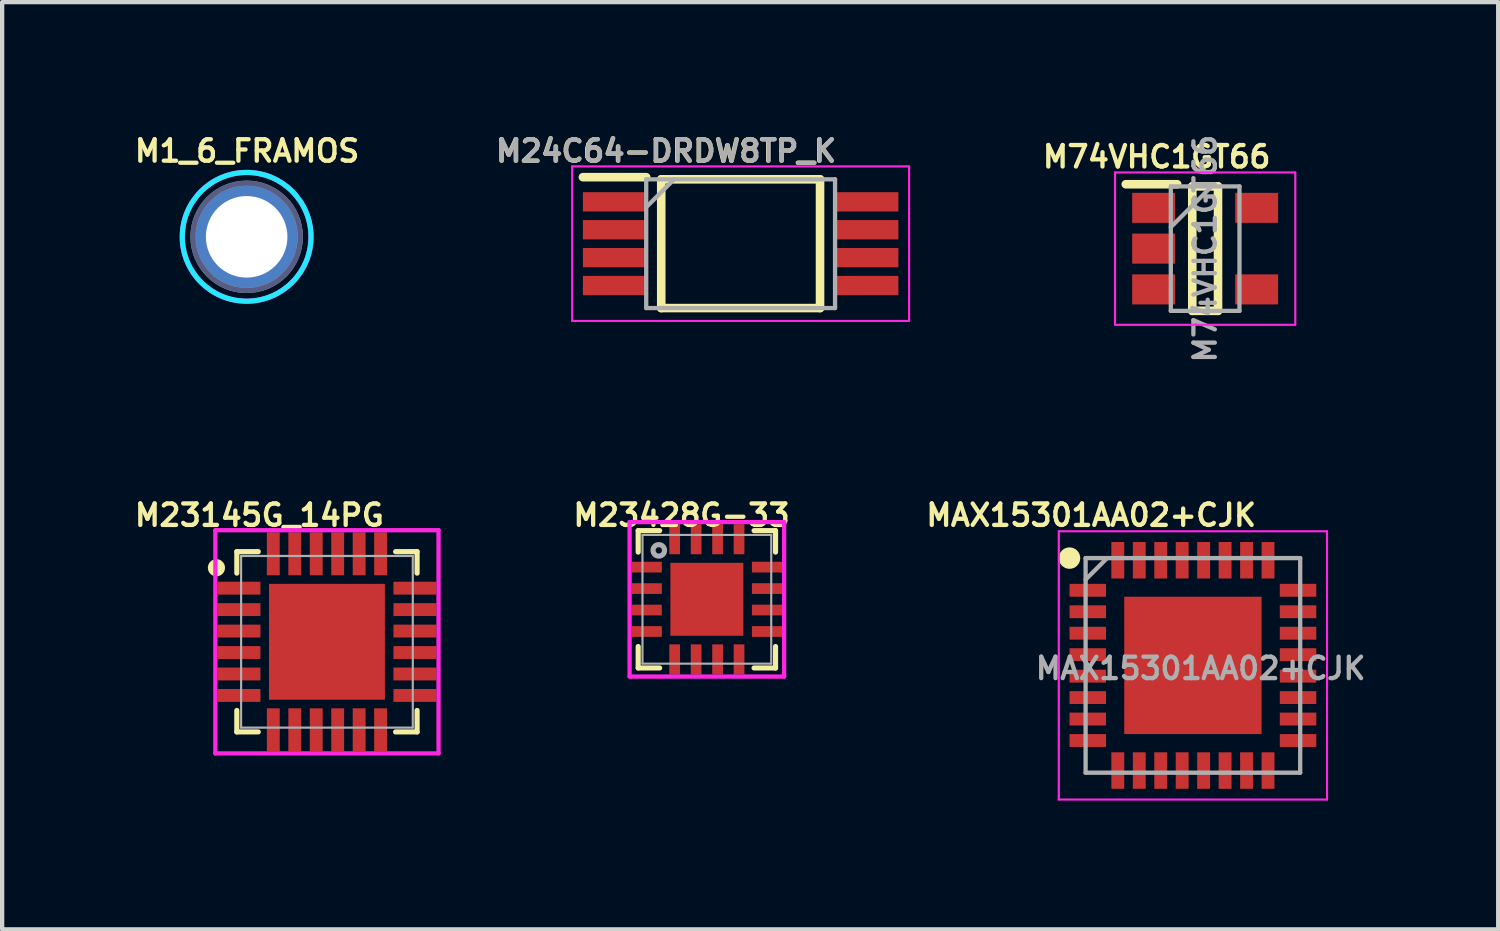
<source format=kicad_pcb>
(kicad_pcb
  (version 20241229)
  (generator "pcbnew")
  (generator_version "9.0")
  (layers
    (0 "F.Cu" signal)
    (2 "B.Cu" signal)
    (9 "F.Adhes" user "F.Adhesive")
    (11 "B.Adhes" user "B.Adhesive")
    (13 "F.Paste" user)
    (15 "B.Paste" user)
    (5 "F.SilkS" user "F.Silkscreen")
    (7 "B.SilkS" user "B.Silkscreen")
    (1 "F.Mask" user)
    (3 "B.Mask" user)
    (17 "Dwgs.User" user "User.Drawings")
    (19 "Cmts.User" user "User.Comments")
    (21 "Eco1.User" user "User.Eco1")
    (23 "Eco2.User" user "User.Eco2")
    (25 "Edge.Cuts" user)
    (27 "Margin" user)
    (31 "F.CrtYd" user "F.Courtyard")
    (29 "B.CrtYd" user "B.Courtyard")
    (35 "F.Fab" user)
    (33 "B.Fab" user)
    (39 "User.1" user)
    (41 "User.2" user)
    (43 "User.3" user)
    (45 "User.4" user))
  (footprint "M23428G-33"
    (layer "F.Cu")
    (at 13.42 10.914)
    (property "Reference" "M23428G-33" (at -0.59 -1.96 0) (layer "F.SilkS") (effects (font (size 0.5 0.5) (thickness 0.1))))
    (attr smd)
    (fp_line (start -1.6 -1.6) (end -1.6 -1.1) (stroke (width 0.12) (type solid)) (layer "F.SilkS"))
    (fp_line (start -1.6 -1.6) (end -1.1 -1.6) (stroke (width 0.12) (type solid)) (layer "F.SilkS"))
    (fp_line (start -1.6 1.1) (end -1.6 1.6) (stroke (width 0.12) (type solid)) (layer "F.SilkS"))
    (fp_line (start -1.6 1.6) (end -1.1 1.6) (stroke (width 0.12) (type solid)) (layer "F.SilkS"))
    (fp_line (start 1.1 -1.6) (end 1.6 -1.6) (stroke (width 0.12) (type solid)) (layer "F.SilkS"))
    (fp_line (start 1.6 -1.6) (end 1.6 -1.1) (stroke (width 0.12) (type solid)) (layer "F.SilkS"))
    (fp_line (start 1.6 1.1) (end 1.6 1.6) (stroke (width 0.12) (type solid)) (layer "F.SilkS"))
    (fp_line (start 1.6 1.6) (end 1.1 1.6) (stroke (width 0.12) (type solid)) (layer "F.SilkS"))
    (fp_line (start -1.8 -1.8) (end 1.8 -1.8) (stroke (width 0.1) (type solid)) (layer "F.CrtYd"))
    (fp_line (start -1.8 1.8) (end -1.8 -1.8) (stroke (width 0.1) (type solid)) (layer "F.CrtYd"))
    (fp_line (start 1.8 -1.8) (end 1.8 1.8) (stroke (width 0.1) (type solid)) (layer "F.CrtYd"))
    (fp_line (start 1.8 1.8) (end -1.8 1.8) (stroke (width 0.1) (type solid)) (layer "F.CrtYd"))
    (fp_line (start -1.5 -1.5) (end 1.5 -1.5) (stroke (width 0.05) (type solid)) (layer "F.Fab"))
    (fp_line (start -1.5 1.5) (end -1.5 -1.5) (stroke (width 0.05) (type solid)) (layer "F.Fab"))
    (fp_line (start 1.5 -1.5) (end 1.5 1.5) (stroke (width 0.05) (type solid)) (layer "F.Fab"))
    (fp_line (start 1.5 1.5) (end -1.5 1.5) (stroke (width 0.05) (type solid)) (layer "F.Fab"))
    (fp_circle (center -1.12 -1.14) (end -0.986 -1.14) (stroke (width 0.12) (type solid)) (fill no) (layer "F.Fab"))
    (pad "1" smd rect (at -1.4 -0.75) (size 0.7 0.25) (layers "F.Cu" "F.Mask" "F.Paste"))
    (pad "2" smd rect (at -1.4 -0.25) (size 0.7 0.25) (layers "F.Cu" "F.Mask" "F.Paste"))
    (pad "3" smd rect (at -1.4 0.25) (size 0.7 0.25) (layers "F.Cu" "F.Mask" "F.Paste"))
    (pad "4" smd rect (at -1.4 0.75) (size 0.7 0.25) (layers "F.Cu" "F.Mask" "F.Paste"))
    (pad "5" smd rect (at -0.75 1.4 90) (size 0.7 0.25) (layers "F.Cu" "F.Mask" "F.Paste"))
    (pad "6" smd rect (at -0.25 1.4 90) (size 0.7 0.25) (layers "F.Cu" "F.Mask" "F.Paste"))
    (pad "7" smd rect (at 0.25 1.4 90) (size 0.7 0.25) (layers "F.Cu" "F.Mask" "F.Paste"))
    (pad "8" smd rect (at 0.75 1.4 90) (size 0.7 0.25) (layers "F.Cu" "F.Mask" "F.Paste"))
    (pad "9" smd rect (at 1.4 0.75 180) (size 0.7 0.25) (layers "F.Cu" "F.Mask" "F.Paste"))
    (pad "10" smd rect (at 1.4 0.25 180) (size 0.7 0.25) (layers "F.Cu" "F.Mask" "F.Paste"))
    (pad "11" smd rect (at 1.4 -0.25 180) (size 0.7 0.25) (layers "F.Cu" "F.Mask" "F.Paste"))
    (pad "12" smd rect (at 1.4 -0.75 180) (size 0.7 0.25) (layers "F.Cu" "F.Mask" "F.Paste"))
    (pad "13" smd rect (at 0.75 -1.4 270) (size 0.7 0.25) (layers "F.Cu" "F.Mask" "F.Paste"))
    (pad "14" smd rect (at 0.25 -1.4 270) (size 0.7 0.25) (layers "F.Cu" "F.Mask" "F.Paste"))
    (pad "15" smd rect (at -0.25 -1.4 270) (size 0.7 0.25) (layers "F.Cu" "F.Mask" "F.Paste"))
    (pad "16" smd rect (at -0.75 -1.4 270) (size 0.7 0.25) (layers "F.Cu" "F.Mask" "F.Paste"))
    (pad "17" smd rect (at 0 0) (size 1.7 1.7) (layers "F.Cu" "F.Mask" "F.Paste")))
  (footprint "MAX15301AA02+CJK"
    (layer "F.Cu")
    (at 24.745 12.454)
    (property "Reference" "MAX15301AA02+CJK" (at -2.37 -3.5 0) (layer "F.SilkS") (effects (font (size 0.5 0.5) (thickness 0.1))))
    (attr smd)
    (fp_circle (center -2.875 -2.5) (end -2.875 -2.375) (stroke (width 0.25) (type solid)) (fill no) (layer "F.SilkS"))
    (fp_line (start -3.125 -3.125) (end 3.125 -3.125) (stroke (width 0.05) (type solid)) (layer "F.CrtYd"))
    (fp_line (start -3.125 3.125) (end -3.125 -3.125) (stroke (width 0.05) (type solid)) (layer "F.CrtYd"))
    (fp_line (start 3.125 -3.125) (end 3.125 3.125) (stroke (width 0.05) (type solid)) (layer "F.CrtYd"))
    (fp_line (start 3.125 3.125) (end -3.125 3.125) (stroke (width 0.05) (type solid)) (layer "F.CrtYd"))
    (fp_line (start -2.5 -2.5) (end 2.5 -2.5) (stroke (width 0.1) (type solid)) (layer "F.Fab"))
    (fp_line (start -2.5 -2) (end -2 -2.5) (stroke (width 0.1) (type solid)) (layer "F.Fab"))
    (fp_line (start -2.5 2.5) (end -2.5 -2.5) (stroke (width 0.1) (type solid)) (layer "F.Fab"))
    (fp_line (start 2.5 -2.5) (end 2.5 2.5) (stroke (width 0.1) (type solid)) (layer "F.Fab"))
    (fp_line (start 2.5 2.5) (end -2.5 2.5) (stroke (width 0.1) (type solid)) (layer "F.Fab"))
    (fp_text user "${REFERENCE}" (at 0.18 0.07 0) (layer "F.Fab") (effects (font (size 0.5 0.5) (thickness 0.1))))
    (pad "1" smd rect (at -2.45 -1.75 90) (size 0.3 0.85) (layers "F.Cu" "F.Mask" "F.Paste"))
    (pad "2" smd rect (at -2.45 -1.25 90) (size 0.3 0.85) (layers "F.Cu" "F.Mask" "F.Paste"))
    (pad "3" smd rect (at -2.45 -0.75 90) (size 0.3 0.85) (layers "F.Cu" "F.Mask" "F.Paste"))
    (pad "4" smd rect (at -2.45 -0.25 90) (size 0.3 0.85) (layers "F.Cu" "F.Mask" "F.Paste"))
    (pad "5" smd rect (at -2.45 0.25 90) (size 0.3 0.85) (layers "F.Cu" "F.Mask" "F.Paste"))
    (pad "6" smd rect (at -2.45 0.75 90) (size 0.3 0.85) (layers "F.Cu" "F.Mask" "F.Paste"))
    (pad "7" smd rect (at -2.45 1.25 90) (size 0.3 0.85) (layers "F.Cu" "F.Mask" "F.Paste"))
    (pad "8" smd rect (at -2.45 1.75 90) (size 0.3 0.85) (layers "F.Cu" "F.Mask" "F.Paste"))
    (pad "9" smd rect (at -1.75 2.45) (size 0.3 0.85) (layers "F.Cu" "F.Mask" "F.Paste"))
    (pad "10" smd rect (at -1.25 2.45) (size 0.3 0.85) (layers "F.Cu" "F.Mask" "F.Paste"))
    (pad "11" smd rect (at -0.75 2.45) (size 0.3 0.85) (layers "F.Cu" "F.Mask" "F.Paste"))
    (pad "12" smd rect (at -0.25 2.45) (size 0.3 0.85) (layers "F.Cu" "F.Mask" "F.Paste"))
    (pad "13" smd rect (at 0.25 2.45) (size 0.3 0.85) (layers "F.Cu" "F.Mask" "F.Paste"))
    (pad "14" smd rect (at 0.75 2.45) (size 0.3 0.85) (layers "F.Cu" "F.Mask" "F.Paste"))
    (pad "15" smd rect (at 1.25 2.45) (size 0.3 0.85) (layers "F.Cu" "F.Mask" "F.Paste"))
    (pad "16" smd rect (at 1.75 2.45) (size 0.3 0.85) (layers "F.Cu" "F.Mask" "F.Paste"))
    (pad "17" smd rect (at 2.45 1.75 90) (size 0.3 0.85) (layers "F.Cu" "F.Mask" "F.Paste"))
    (pad "18" smd rect (at 2.45 1.25 90) (size 0.3 0.85) (layers "F.Cu" "F.Mask" "F.Paste"))
    (pad "19" smd rect (at 2.45 0.75 90) (size 0.3 0.85) (layers "F.Cu" "F.Mask" "F.Paste"))
    (pad "20" smd rect (at 2.45 0.25 90) (size 0.3 0.85) (layers "F.Cu" "F.Mask" "F.Paste"))
    (pad "21" smd rect (at 2.45 -0.25 90) (size 0.3 0.85) (layers "F.Cu" "F.Mask" "F.Paste"))
    (pad "22" smd rect (at 2.45 -0.75 90) (size 0.3 0.85) (layers "F.Cu" "F.Mask" "F.Paste"))
    (pad "23" smd rect (at 2.45 -1.25 90) (size 0.3 0.85) (layers "F.Cu" "F.Mask" "F.Paste"))
    (pad "24" smd rect (at 2.45 -1.75 90) (size 0.3 0.85) (layers "F.Cu" "F.Mask" "F.Paste"))
    (pad "25" smd rect (at 1.75 -2.45) (size 0.3 0.85) (layers "F.Cu" "F.Mask" "F.Paste"))
    (pad "26" smd rect (at 1.25 -2.45) (size 0.3 0.85) (layers "F.Cu" "F.Mask" "F.Paste"))
    (pad "27" smd rect (at 0.75 -2.45) (size 0.3 0.85) (layers "F.Cu" "F.Mask" "F.Paste"))
    (pad "28" smd rect (at 0.25 -2.45) (size 0.3 0.85) (layers "F.Cu" "F.Mask" "F.Paste"))
    (pad "29" smd rect (at -0.25 -2.45) (size 0.3 0.85) (layers "F.Cu" "F.Mask" "F.Paste"))
    (pad "30" smd rect (at -0.75 -2.45) (size 0.3 0.85) (layers "F.Cu" "F.Mask" "F.Paste"))
    (pad "31" smd rect (at -1.25 -2.45) (size 0.3 0.85) (layers "F.Cu" "F.Mask" "F.Paste"))
    (pad "32" smd rect (at -1.75 -2.45) (size 0.3 0.85) (layers "F.Cu" "F.Mask" "F.Paste"))
    (pad "33" smd rect (at 0 0) (size 3.2 3.2) (layers "F.Cu" "F.Mask" "F.Paste")))
  (footprint "M24C64-DRDW8TP_K"
    (layer "F.Cu")
    (at 14.207 2.628)
    (property "Reference" "M24C64-DRDW8TP_K" (at -1.74 -2.16 0) (layer "F.SilkS") (effects (font (size 0.5 0.5) (thickness 0.1))))
    (attr smd)
    (fp_line (start -3.675 -1.55) (end -2.2 -1.55) (stroke (width 0.2) (type solid)) (layer "F.SilkS"))
    (fp_line (start -1.85 -1.5) (end 1.85 -1.5) (stroke (width 0.2) (type solid)) (layer "F.SilkS"))
    (fp_line (start -1.85 1.5) (end -1.85 -1.5) (stroke (width 0.2) (type solid)) (layer "F.SilkS"))
    (fp_line (start 1.85 -1.5) (end 1.85 1.5) (stroke (width 0.2) (type solid)) (layer "F.SilkS"))
    (fp_line (start 1.85 1.5) (end -1.85 1.5) (stroke (width 0.2) (type solid)) (layer "F.SilkS"))
    (fp_line (start -3.925 -1.8) (end 3.925 -1.8) (stroke (width 0.05) (type solid)) (layer "F.CrtYd"))
    (fp_line (start -3.925 1.8) (end -3.925 -1.8) (stroke (width 0.05) (type solid)) (layer "F.CrtYd"))
    (fp_line (start 3.925 -1.8) (end 3.925 1.8) (stroke (width 0.05) (type solid)) (layer "F.CrtYd"))
    (fp_line (start 3.925 1.8) (end -3.925 1.8) (stroke (width 0.05) (type solid)) (layer "F.CrtYd"))
    (fp_line (start -2.2 -1.5) (end 2.2 -1.5) (stroke (width 0.1) (type solid)) (layer "F.Fab"))
    (fp_line (start -2.2 -0.85) (end -1.55 -1.5) (stroke (width 0.1) (type solid)) (layer "F.Fab"))
    (fp_line (start -2.2 1.5) (end -2.2 -1.5) (stroke (width 0.1) (type solid)) (layer "F.Fab"))
    (fp_line (start 2.2 -1.5) (end 2.2 1.5) (stroke (width 0.1) (type solid)) (layer "F.Fab"))
    (fp_line (start 2.2 1.5) (end -2.2 1.5) (stroke (width 0.1) (type solid)) (layer "F.Fab"))
    (fp_text user "${REFERENCE}" (at -1.73 -2.16 0) (layer "F.Fab") (effects (font (size 0.5 0.5) (thickness 0.1))))
    (pad "1" smd rect (at -2.938 -0.975 90) (size 0.45 1.475) (layers "F.Cu" "F.Mask" "F.Paste"))
    (pad "2" smd rect (at -2.938 -0.325 90) (size 0.45 1.475) (layers "F.Cu" "F.Mask" "F.Paste"))
    (pad "3" smd rect (at -2.938 0.325 90) (size 0.45 1.475) (layers "F.Cu" "F.Mask" "F.Paste"))
    (pad "4" smd rect (at -2.938 0.975 90) (size 0.45 1.475) (layers "F.Cu" "F.Mask" "F.Paste"))
    (pad "5" smd rect (at 2.938 0.975 90) (size 0.45 1.475) (layers "F.Cu" "F.Mask" "F.Paste"))
    (pad "6" smd rect (at 2.938 0.325 90) (size 0.45 1.475) (layers "F.Cu" "F.Mask" "F.Paste"))
    (pad "7" smd rect (at 2.938 -0.325 90) (size 0.45 1.475) (layers "F.Cu" "F.Mask" "F.Paste"))
    (pad "8" smd rect (at 2.938 -0.975 90) (size 0.45 1.475) (layers "F.Cu" "F.Mask" "F.Paste")))
  (footprint "M74VHC1GT66"
    (layer "F.Cu")
    (at 25.03 2.743)
    (property "Reference" "M74VHC1GT66" (at -1.13 -2.14 0) (layer "F.SilkS") (effects (font (size 0.5 0.5) (thickness 0.1))))
    (attr smd)
    (fp_line (start -1.85 -1.5) (end -0.65 -1.5) (stroke (width 0.2) (type solid)) (layer "F.SilkS"))
    (fp_line (start -0.3 -1.45) (end 0.3 -1.45) (stroke (width 0.2) (type solid)) (layer "F.SilkS"))
    (fp_line (start -0.3 1.45) (end -0.3 -1.45) (stroke (width 0.2) (type solid)) (layer "F.SilkS"))
    (fp_line (start 0.3 -1.45) (end 0.3 1.45) (stroke (width 0.2) (type solid)) (layer "F.SilkS"))
    (fp_line (start 0.3 1.45) (end -0.3 1.45) (stroke (width 0.2) (type solid)) (layer "F.SilkS"))
    (fp_line (start -2.1 -1.775) (end 2.1 -1.775) (stroke (width 0.05) (type solid)) (layer "F.CrtYd"))
    (fp_line (start -2.1 1.775) (end -2.1 -1.775) (stroke (width 0.05) (type solid)) (layer "F.CrtYd"))
    (fp_line (start 2.1 -1.775) (end 2.1 1.775) (stroke (width 0.05) (type solid)) (layer "F.CrtYd"))
    (fp_line (start 2.1 1.775) (end -2.1 1.775) (stroke (width 0.05) (type solid)) (layer "F.CrtYd"))
    (fp_line (start -0.8 -1.45) (end 0.8 -1.45) (stroke (width 0.1) (type solid)) (layer "F.Fab"))
    (fp_line (start -0.8 -0.5) (end 0.15 -1.45) (stroke (width 0.1) (type solid)) (layer "F.Fab"))
    (fp_line (start -0.8 1.45) (end -0.8 -1.45) (stroke (width 0.1) (type solid)) (layer "F.Fab"))
    (fp_line (start 0.8 -1.45) (end 0.8 1.45) (stroke (width 0.1) (type solid)) (layer "F.Fab"))
    (fp_line (start 0.8 1.45) (end -0.8 1.45) (stroke (width 0.1) (type solid)) (layer "F.Fab"))
    (fp_text user "${REFERENCE}" (at 0 0 90) (layer "F.Fab") (effects (font (size 0.5 0.5) (thickness 0.1))))
    (pad "1" smd rect (at -1.2 -0.95 90) (size 0.7 1) (layers "F.Cu" "F.Mask" "F.Paste"))
    (pad "2" smd rect (at -1.2 0 90) (size 0.7 1) (layers "F.Cu" "F.Mask" "F.Paste"))
    (pad "3" smd rect (at -1.2 0.95 90) (size 0.7 1) (layers "F.Cu" "F.Mask" "F.Paste"))
    (pad "4" smd rect (at 1.2 0.95 90) (size 0.7 1) (layers "F.Cu" "F.Mask" "F.Paste"))
    (pad "5" smd rect (at 1.2 -0.95 90) (size 0.7 1) (layers "F.Cu" "F.Mask" "F.Paste")))
  (footprint "M1_6_FRAMOS"
    (layer "F.Cu")
    (at 2.697 2.468)
    (property "Reference" "M1_6_FRAMOS" (at 0.01 -2 0) (layer "F.SilkS") (effects (font (size 0.5 0.5) (thickness 0.1))))
    (attr through_hole)
    (fp_circle (center 0 0) (end 1.5 0) (stroke (width 0.12) (type solid)) (fill no) (layer "B.CrtYd"))
    (fp_circle (center 0 0) (end 1.5 0) (stroke (width 0.12) (type solid)) (fill no) (layer "F.CrtYd"))
    (fp_circle (center 0 0) (end 1.25 0) (stroke (width 0.12) (type solid)) (fill no) (layer "B.Fab"))
    (fp_circle (center 0 0) (end 1.25 0) (stroke (width 0.12) (type solid)) (fill no) (layer "F.Fab"))
    (pad "1" thru_hole circle (at 0 0) (size 2.5 2.5) (drill 1.9) (layers "*.Cu" "*.Mask")))
  (footprint "M23145G_14PG"
    (layer "F.Cu")
    (at 4.568 11.904)
    (property "Reference" "M23145G_14PG" (at -1.575 -2.95 0) (layer "F.SilkS") (effects (font (size 0.5 0.5) (thickness 0.1))))
    (attr smd)
    (fp_line (start -2.1 -2.1) (end -2.1 -1.6) (stroke (width 0.12) (type solid)) (layer "F.SilkS"))
    (fp_line (start -2.1 -2.1) (end -1.6 -2.1) (stroke (width 0.12) (type solid)) (layer "F.SilkS"))
    (fp_line (start -2.1 1.6) (end -2.1 2.1) (stroke (width 0.12) (type solid)) (layer "F.SilkS"))
    (fp_line (start -2.1 2.1) (end -1.6 2.1) (stroke (width 0.12) (type solid)) (layer "F.SilkS"))
    (fp_line (start 1.6 -2.1) (end 2.1 -2.1) (stroke (width 0.12) (type solid)) (layer "F.SilkS"))
    (fp_line (start 2.1 -2.1) (end 2.1 -1.6) (stroke (width 0.12) (type solid)) (layer "F.SilkS"))
    (fp_line (start 2.1 1.6) (end 2.1 2.1) (stroke (width 0.12) (type solid)) (layer "F.SilkS"))
    (fp_line (start 2.1 2.1) (end 1.6 2.1) (stroke (width 0.12) (type solid)) (layer "F.SilkS"))
    (fp_circle (center -2.575 -1.725) (end -2.475 -1.725) (stroke (width 0.2) (type solid)) (fill no) (layer "F.SilkS"))
    (fp_line (start -2.6 -2.6) (end 2.6 -2.6) (stroke (width 0.1) (type solid)) (layer "F.CrtYd"))
    (fp_line (start -2.6 2.6) (end -2.6 -2.6) (stroke (width 0.1) (type solid)) (layer "F.CrtYd"))
    (fp_line (start 2.6 -2.6) (end 2.6 2.6) (stroke (width 0.1) (type solid)) (layer "F.CrtYd"))
    (fp_line (start 2.6 2.6) (end -2.6 2.6) (stroke (width 0.1) (type solid)) (layer "F.CrtYd"))
    (fp_line (start -2 -2) (end 2 -2) (stroke (width 0.05) (type solid)) (layer "F.Fab"))
    (fp_line (start -2 2) (end -2 -2) (stroke (width 0.05) (type solid)) (layer "F.Fab"))
    (fp_line (start 2 -2) (end 2 2) (stroke (width 0.05) (type solid)) (layer "F.Fab"))
    (fp_line (start 2 2) (end -2 2) (stroke (width 0.05) (type solid)) (layer "F.Fab"))
    (pad "1" smd rect (at -2.05 -1.25) (size 1 0.3) (layers "F.Cu" "F.Mask" "F.Paste"))
    (pad "2" smd rect (at -2.05 -0.75) (size 1 0.3) (layers "F.Cu" "F.Mask" "F.Paste"))
    (pad "3" smd rect (at -2.05 -0.25) (size 1 0.3) (layers "F.Cu" "F.Mask" "F.Paste"))
    (pad "4" smd rect (at -2.05 0.25) (size 1 0.3) (layers "F.Cu" "F.Mask" "F.Paste"))
    (pad "5" smd rect (at -2.05 0.75) (size 1 0.3) (layers "F.Cu" "F.Mask" "F.Paste"))
    (pad "6" smd rect (at -2.05 1.25) (size 1 0.3) (layers "F.Cu" "F.Mask" "F.Paste"))
    (pad "7" smd rect (at -1.25 2.05 90) (size 1 0.3) (layers "F.Cu" "F.Mask" "F.Paste"))
    (pad "8" smd rect (at -0.75 2.05 90) (size 1 0.3) (layers "F.Cu" "F.Mask" "F.Paste"))
    (pad "9" smd rect (at -0.25 2.05 90) (size 1 0.3) (layers "F.Cu" "F.Mask" "F.Paste"))
    (pad "10" smd rect (at 0.25 2.05 90) (size 1 0.3) (layers "F.Cu" "F.Mask" "F.Paste"))
    (pad "11" smd rect (at 0.75 2.05 90) (size 1 0.3) (layers "F.Cu" "F.Mask" "F.Paste"))
    (pad "12" smd rect (at 1.25 2.05 90) (size 1 0.3) (layers "F.Cu" "F.Mask" "F.Paste"))
    (pad "13" smd rect (at 2.05 1.25 180) (size 1 0.3) (layers "F.Cu" "F.Mask" "F.Paste"))
    (pad "14" smd rect (at 2.05 0.75 180) (size 1 0.3) (layers "F.Cu" "F.Mask" "F.Paste"))
    (pad "15" smd rect (at 2.05 0.25 180) (size 1 0.3) (layers "F.Cu" "F.Mask" "F.Paste"))
    (pad "16" smd rect (at 2.05 -0.25 180) (size 1 0.3) (layers "F.Cu" "F.Mask" "F.Paste"))
    (pad "17" smd rect (at 2.05 -0.75 180) (size 1 0.3) (layers "F.Cu" "F.Mask" "F.Paste"))
    (pad "18" smd rect (at 2.05 -1.25 180) (size 1 0.3) (layers "F.Cu" "F.Mask" "F.Paste"))
    (pad "19" smd rect (at 1.25 -2.05 270) (size 1 0.3) (layers "F.Cu" "F.Mask" "F.Paste"))
    (pad "20" smd rect (at 0.75 -2.05 270) (size 1 0.3) (layers "F.Cu" "F.Mask" "F.Paste"))
    (pad "21" smd rect (at 0.25 -2.05 270) (size 1 0.3) (layers "F.Cu" "F.Mask" "F.Paste"))
    (pad "22" smd rect (at -0.25 -2.05 270) (size 1 0.3) (layers "F.Cu" "F.Mask" "F.Paste"))
    (pad "23" smd rect (at -0.75 -2.05 270) (size 1 0.3) (layers "F.Cu" "F.Mask" "F.Paste"))
    (pad "24" smd rect (at -1.25 -2.05 270) (size 1 0.3) (layers "F.Cu" "F.Mask" "F.Paste"))
    (pad "25" smd rect (at 0 0) (size 2.7 2.7) (layers "F.Cu" "F.Mask" "F.Paste")))
  (gr_rect
    (start -3 -3)
    (end 31.858 18.604)
    (stroke (width 0.1) (type default))
    (fill no)
    (layer "Edge.Cuts")))
</source>
